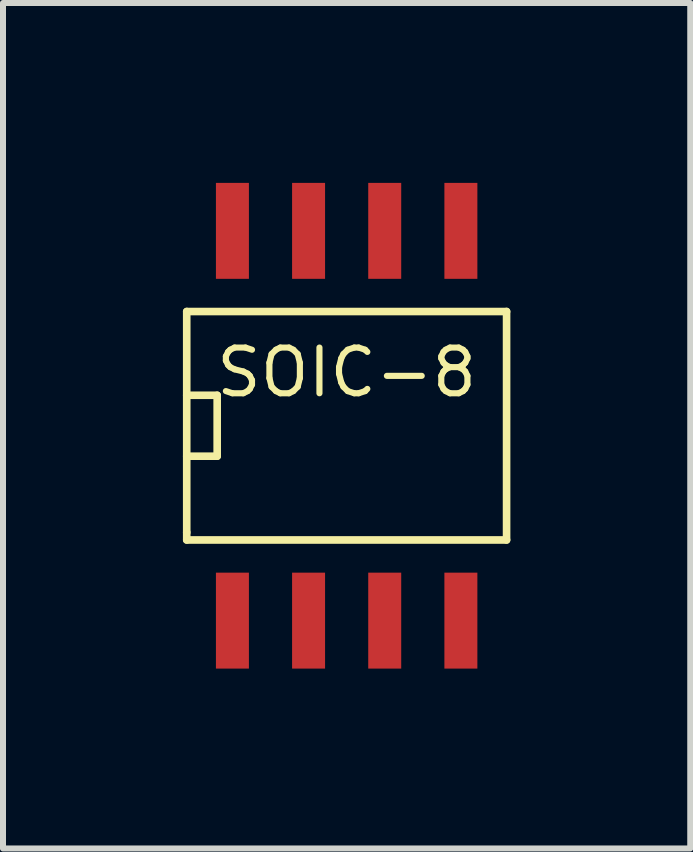
<source format=kicad_pcb>
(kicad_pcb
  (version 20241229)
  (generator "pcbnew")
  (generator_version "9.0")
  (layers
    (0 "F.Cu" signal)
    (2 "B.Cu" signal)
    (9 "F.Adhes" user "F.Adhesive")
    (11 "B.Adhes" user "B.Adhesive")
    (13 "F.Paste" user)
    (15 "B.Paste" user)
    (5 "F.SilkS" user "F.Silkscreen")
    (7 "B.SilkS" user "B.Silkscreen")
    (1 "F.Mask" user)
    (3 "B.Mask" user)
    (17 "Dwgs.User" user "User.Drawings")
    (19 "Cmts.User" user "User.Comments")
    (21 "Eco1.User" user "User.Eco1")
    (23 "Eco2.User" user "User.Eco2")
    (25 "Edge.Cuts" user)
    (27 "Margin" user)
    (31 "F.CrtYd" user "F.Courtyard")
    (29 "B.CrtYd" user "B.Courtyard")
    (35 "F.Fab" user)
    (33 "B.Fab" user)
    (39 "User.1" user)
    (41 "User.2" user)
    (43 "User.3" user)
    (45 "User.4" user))
  (footprint "SOIC-8"
    (layer "F.Cu")
    (at 2.731 4.05)
    (property "Reference" "SOIC-8" (at 0 -0.889 0) (layer "F.SilkS") (effects (font (size 0.762 0.762) (thickness 0.102))))
    (attr through_hole)
    (fp_line (start -2.667 -1.905) (end -2.667 1.778) (stroke (width 0.127) (type solid)) (layer "F.SilkS"))
    (fp_line (start -2.667 -0.508) (end -2.159 -0.508) (stroke (width 0.127) (type solid)) (layer "F.SilkS"))
    (fp_line (start -2.667 1.778) (end -2.667 1.905) (stroke (width 0.127) (type solid)) (layer "F.SilkS"))
    (fp_line (start -2.667 1.905) (end 2.667 1.905) (stroke (width 0.127) (type solid)) (layer "F.SilkS"))
    (fp_line (start -2.159 -0.508) (end -2.159 0.508) (stroke (width 0.127) (type solid)) (layer "F.SilkS"))
    (fp_line (start -2.159 0.508) (end -2.667 0.508) (stroke (width 0.127) (type solid)) (layer "F.SilkS"))
    (fp_line (start 2.667 -1.905) (end -2.667 -1.905) (stroke (width 0.127) (type solid)) (layer "F.SilkS"))
    (fp_line (start 2.667 -1.905) (end 2.667 1.905) (stroke (width 0.127) (type solid)) (layer "F.SilkS"))
    (pad "1" smd rect (at -1.905 3.25) (size 0.55 1.6) (layers "F.Cu" "F.Mask" "F.Paste"))
    (pad "2" smd rect (at -0.635 3.25) (size 0.55 1.6) (layers "F.Cu" "F.Mask" "F.Paste"))
    (pad "3" smd rect (at 0.635 3.25) (size 0.55 1.6) (layers "F.Cu" "F.Mask" "F.Paste"))
    (pad "4" smd rect (at 1.905 3.25) (size 0.55 1.6) (layers "F.Cu" "F.Mask" "F.Paste"))
    (pad "5" smd rect (at 1.905 -3.25) (size 0.55 1.6) (layers "F.Cu" "F.Mask" "F.Paste"))
    (pad "6" smd rect (at 0.635 -3.25) (size 0.55 1.6) (layers "F.Cu" "F.Mask" "F.Paste"))
    (pad "7" smd rect (at -0.635 -3.25) (size 0.55 1.6) (layers "F.Cu" "F.Mask" "F.Paste"))
    (pad "8" smd rect (at -1.905 -3.25) (size 0.55 1.6) (layers "F.Cu" "F.Mask" "F.Paste")))
  (gr_rect
    (start -3 -3)
    (end 8.461 11.1)
    (stroke (width 0.1) (type default))
    (fill no)
    (layer "Edge.Cuts")))
</source>
